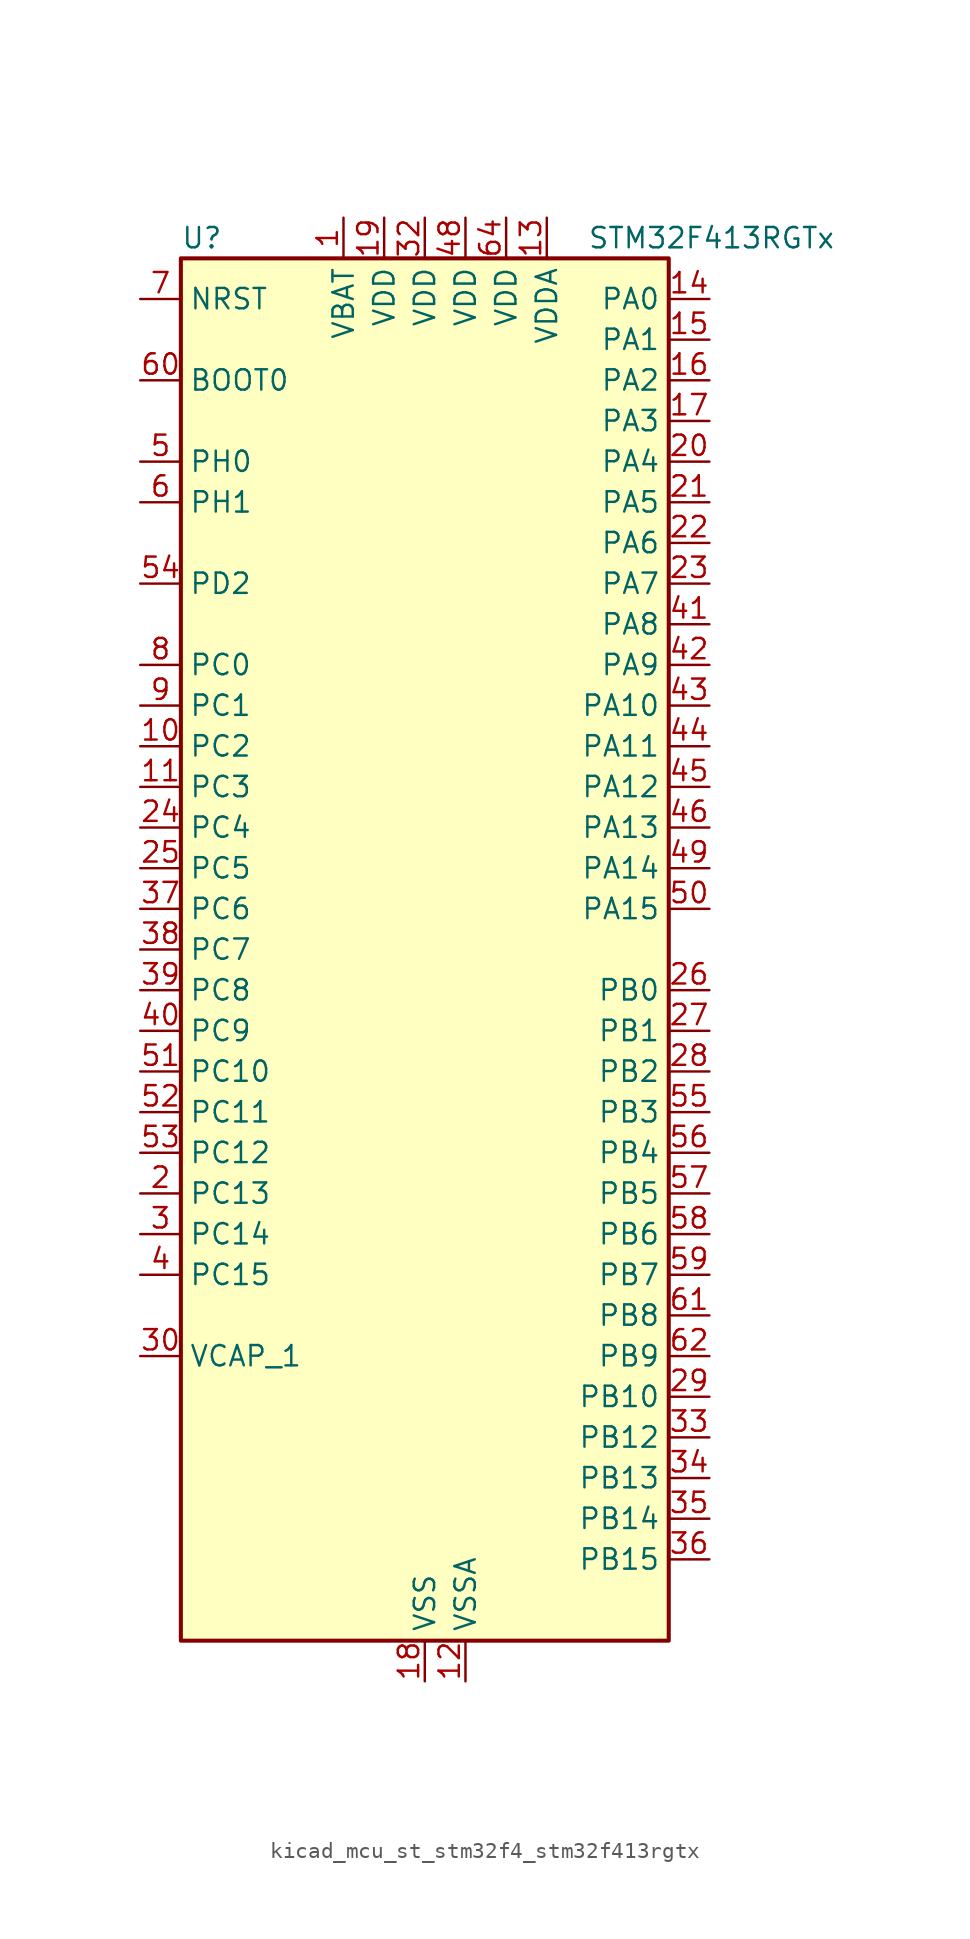
<source format=kicad_sym>
(kicad_symbol_lib
  (version 20220914)
  (generator kicad_symbol_editor)
  (symbol "kicad_mcu_st_stm32f4_stm32f413rgtx"
    (property "Reference" "U"
      (at -15.24 44.45 0)
      (effects (font (size 1.27 1.27)) (justify left)))
    (property "Value" "STM32F413RGTx"
      (at 10.16 44.45 0)
      (effects (font (size 1.27 1.27)) (justify left)))
    (property "ki_locked" ""
      (at 0 0 0)
      (effects (font (size 1.27 1.27))))
    (symbol "kicad_mcu_st_stm32f4_stm32f413rgtx_0_1"
      (rectangle (start -15.24 -43.18) (end 15.24 43.18) (stroke (width 0.254) (type default)) (fill (type background))))
    (symbol "kicad_mcu_st_stm32f4_stm32f413rgtx_1_1"
      (pin power_in line (at -5.08 45.72 270) (length 2.54) (name "VBAT" (effects (font (size 1.27 1.27)))) (number "1" (effects (font (size 1.27 1.27)))))
      (pin bidirectional line (at -17.78 12.7 0) (length 2.54) (name "PC2" (effects (font (size 1.27 1.27)))) (number "10" (effects (font (size 1.27 1.27)))) (alternate "ADC1_IN12" bidirectional line) (alternate "DFSDM1_CKOUT" bidirectional line) (alternate "DFSDM2_DATIN7" bidirectional line) (alternate "FSMC_NWE" bidirectional line) (alternate "I2S2_ext_SD" bidirectional line) (alternate "LPTIM1_IN2" bidirectional line) (alternate "SAI1_SCK_B" bidirectional line) (alternate "SPI2_MISO" bidirectional line))
      (pin bidirectional line (at -17.78 10.16 0) (length 2.54) (name "PC3" (effects (font (size 1.27 1.27)))) (number "11" (effects (font (size 1.27 1.27)))) (alternate "ADC1_IN13" bidirectional line) (alternate "DFSDM2_CKIN7" bidirectional line) (alternate "FSMC_A0" bidirectional line) (alternate "I2S2_SD" bidirectional line) (alternate "LPTIM1_ETR" bidirectional line) (alternate "SAI1_FS_B" bidirectional line) (alternate "SPI2_MOSI" bidirectional line))
      (pin power_in line (at 2.54 -45.72 90) (length 2.54) (name "VSSA" (effects (font (size 1.27 1.27)))) (number "12" (effects (font (size 1.27 1.27)))))
      (pin power_in line (at 7.62 45.72 270) (length 2.54) (name "VDDA" (effects (font (size 1.27 1.27)))) (number "13" (effects (font (size 1.27 1.27)))))
      (pin bidirectional line (at 17.78 40.64 180) (length 2.54) (name "PA0" (effects (font (size 1.27 1.27)))) (number "14" (effects (font (size 1.27 1.27)))) (alternate "ADC1_IN0" bidirectional line) (alternate "SYS_WKUP1" bidirectional line) (alternate "TIM2_CH1" bidirectional line) (alternate "TIM2_ETR" bidirectional line) (alternate "TIM5_CH1" bidirectional line) (alternate "TIM8_ETR" bidirectional line) (alternate "UART4_TX" bidirectional line) (alternate "USART2_CTS" bidirectional line))
      (pin bidirectional line (at 17.78 38.1 180) (length 2.54) (name "PA1" (effects (font (size 1.27 1.27)))) (number "15" (effects (font (size 1.27 1.27)))) (alternate "ADC1_IN1" bidirectional line) (alternate "I2S4_SD" bidirectional line) (alternate "QUADSPI_BK1_IO3" bidirectional line) (alternate "SPI4_MOSI" bidirectional line) (alternate "TIM2_CH2" bidirectional line) (alternate "TIM5_CH2" bidirectional line) (alternate "UART4_RX" bidirectional line) (alternate "USART2_RTS" bidirectional line))
      (pin bidirectional line (at 17.78 35.56 180) (length 2.54) (name "PA2" (effects (font (size 1.27 1.27)))) (number "16" (effects (font (size 1.27 1.27)))) (alternate "ADC1_IN2" bidirectional line) (alternate "FSMC_D4" bidirectional line) (alternate "FSMC_DA4" bidirectional line) (alternate "I2S_CKIN" bidirectional line) (alternate "TIM2_CH3" bidirectional line) (alternate "TIM5_CH3" bidirectional line) (alternate "TIM9_CH1" bidirectional line) (alternate "USART2_TX" bidirectional line))
      (pin bidirectional line (at 17.78 33.02 180) (length 2.54) (name "PA3" (effects (font (size 1.27 1.27)))) (number "17" (effects (font (size 1.27 1.27)))) (alternate "ADC1_IN3" bidirectional line) (alternate "FSMC_D5" bidirectional line) (alternate "FSMC_DA5" bidirectional line) (alternate "I2S2_MCK" bidirectional line) (alternate "SAI1_SD_B" bidirectional line) (alternate "TIM2_CH4" bidirectional line) (alternate "TIM5_CH4" bidirectional line) (alternate "TIM9_CH2" bidirectional line) (alternate "USART2_RX" bidirectional line))
      (pin power_in line (at 0 -45.72 90) (length 2.54) (name "VSS" (effects (font (size 1.27 1.27)))) (number "18" (effects (font (size 1.27 1.27)))))
      (pin power_in line (at -2.54 45.72 270) (length 2.54) (name "VDD" (effects (font (size 1.27 1.27)))) (number "19" (effects (font (size 1.27 1.27)))))
      (pin bidirectional line (at -17.78 -15.24 0) (length 2.54) (name "PC13" (effects (font (size 1.27 1.27)))) (number "2" (effects (font (size 1.27 1.27)))) (alternate "RTC_AF1" bidirectional line))
      (pin bidirectional line (at 17.78 30.48 180) (length 2.54) (name "PA4" (effects (font (size 1.27 1.27)))) (number "20" (effects (font (size 1.27 1.27)))) (alternate "ADC1_IN4" bidirectional line) (alternate "DAC_OUT1" bidirectional line) (alternate "DFSDM1_DATIN1" bidirectional line) (alternate "FSMC_D6" bidirectional line) (alternate "FSMC_DA6" bidirectional line) (alternate "I2S1_WS" bidirectional line) (alternate "I2S3_WS" bidirectional line) (alternate "SPI1_NSS" bidirectional line) (alternate "SPI3_NSS" bidirectional line) (alternate "USART2_CK" bidirectional line))
      (pin bidirectional line (at 17.78 27.94 180) (length 2.54) (name "PA5" (effects (font (size 1.27 1.27)))) (number "21" (effects (font (size 1.27 1.27)))) (alternate "ADC1_IN5" bidirectional line) (alternate "DAC_OUT2" bidirectional line) (alternate "DFSDM1_CKIN1" bidirectional line) (alternate "FSMC_D7" bidirectional line) (alternate "FSMC_DA7" bidirectional line) (alternate "I2S1_CK" bidirectional line) (alternate "SPI1_SCK" bidirectional line) (alternate "TIM2_CH1" bidirectional line) (alternate "TIM2_ETR" bidirectional line) (alternate "TIM8_CH1N" bidirectional line))
      (pin bidirectional line (at 17.78 25.4 180) (length 2.54) (name "PA6" (effects (font (size 1.27 1.27)))) (number "22" (effects (font (size 1.27 1.27)))) (alternate "ADC1_IN6" bidirectional line) (alternate "DFSDM2_CKIN1" bidirectional line) (alternate "I2S2_MCK" bidirectional line) (alternate "QUADSPI_BK2_IO0" bidirectional line) (alternate "SDIO_CMD" bidirectional line) (alternate "SPI1_MISO" bidirectional line) (alternate "TIM13_CH1" bidirectional line) (alternate "TIM1_BKIN" bidirectional line) (alternate "TIM3_CH1" bidirectional line) (alternate "TIM8_BKIN" bidirectional line))
      (pin bidirectional line (at 17.78 22.86 180) (length 2.54) (name "PA7" (effects (font (size 1.27 1.27)))) (number "23" (effects (font (size 1.27 1.27)))) (alternate "ADC1_IN7" bidirectional line) (alternate "DFSDM2_DATIN1" bidirectional line) (alternate "I2S1_SD" bidirectional line) (alternate "QUADSPI_BK2_IO1" bidirectional line) (alternate "SPI1_MOSI" bidirectional line) (alternate "TIM14_CH1" bidirectional line) (alternate "TIM1_CH1N" bidirectional line) (alternate "TIM3_CH2" bidirectional line) (alternate "TIM8_CH1N" bidirectional line))
      (pin bidirectional line (at -17.78 7.62 0) (length 2.54) (name "PC4" (effects (font (size 1.27 1.27)))) (number "24" (effects (font (size 1.27 1.27)))) (alternate "ADC1_IN14" bidirectional line) (alternate "DFSDM2_CKIN2" bidirectional line) (alternate "FSMC_NE4" bidirectional line) (alternate "I2S1_MCK" bidirectional line) (alternate "QUADSPI_BK2_IO2" bidirectional line))
      (pin bidirectional line (at -17.78 5.08 0) (length 2.54) (name "PC5" (effects (font (size 1.27 1.27)))) (number "25" (effects (font (size 1.27 1.27)))) (alternate "ADC1_IN15" bidirectional line) (alternate "DFSDM2_DATIN2" bidirectional line) (alternate "FMPI2C1_SMBA" bidirectional line) (alternate "FSMC_NOE" bidirectional line) (alternate "QUADSPI_BK2_IO3" bidirectional line) (alternate "USART3_RX" bidirectional line))
      (pin bidirectional line (at 17.78 -2.54 180) (length 2.54) (name "PB0" (effects (font (size 1.27 1.27)))) (number "26" (effects (font (size 1.27 1.27)))) (alternate "ADC1_IN8" bidirectional line) (alternate "I2S5_CK" bidirectional line) (alternate "SPI5_SCK" bidirectional line) (alternate "TIM1_CH2N" bidirectional line) (alternate "TIM3_CH3" bidirectional line) (alternate "TIM8_CH2N" bidirectional line))
      (pin bidirectional line (at 17.78 -5.08 180) (length 2.54) (name "PB1" (effects (font (size 1.27 1.27)))) (number "27" (effects (font (size 1.27 1.27)))) (alternate "ADC1_IN9" bidirectional line) (alternate "DFSDM1_DATIN0" bidirectional line) (alternate "I2S5_WS" bidirectional line) (alternate "QUADSPI_CLK" bidirectional line) (alternate "SPI5_NSS" bidirectional line) (alternate "TIM1_CH3N" bidirectional line) (alternate "TIM3_CH4" bidirectional line) (alternate "TIM8_CH3N" bidirectional line))
      (pin bidirectional line (at 17.78 -7.62 180) (length 2.54) (name "PB2" (effects (font (size 1.27 1.27)))) (number "28" (effects (font (size 1.27 1.27)))) (alternate "DFSDM1_CKIN0" bidirectional line) (alternate "LPTIM1_OUT" bidirectional line) (alternate "QUADSPI_CLK" bidirectional line))
      (pin bidirectional line (at 17.78 -27.94 180) (length 2.54) (name "PB10" (effects (font (size 1.27 1.27)))) (number "29" (effects (font (size 1.27 1.27)))) (alternate "DFSDM2_CKOUT" bidirectional line) (alternate "FMPI2C1_SCL" bidirectional line) (alternate "I2C2_SCL" bidirectional line) (alternate "I2S2_CK" bidirectional line) (alternate "I2S3_MCK" bidirectional line) (alternate "SDIO_D7" bidirectional line) (alternate "SPI2_SCK" bidirectional line) (alternate "TIM2_CH3" bidirectional line) (alternate "USART3_TX" bidirectional line))
      (pin bidirectional line (at -17.78 -17.78 0) (length 2.54) (name "PC14" (effects (font (size 1.27 1.27)))) (number "3" (effects (font (size 1.27 1.27)))) (alternate "RCC_OSC32_IN" bidirectional line))
      (pin power_out line (at -17.78 -25.4 0) (length 2.54) (name "VCAP_1" (effects (font (size 1.27 1.27)))) (number "30" (effects (font (size 1.27 1.27)))))
      (pin passive line (at 0 -45.72 90) (length 2.54) hide (name "VSS" (effects (font (size 1.27 1.27)))) (number "31" (effects (font (size 1.27 1.27)))))
      (pin power_in line (at 0 45.72 270) (length 2.54) (name "VDD" (effects (font (size 1.27 1.27)))) (number "32" (effects (font (size 1.27 1.27)))))
      (pin bidirectional line (at 17.78 -30.48 180) (length 2.54) (name "PB12" (effects (font (size 1.27 1.27)))) (number "33" (effects (font (size 1.27 1.27)))) (alternate "CAN2_RX" bidirectional line) (alternate "DFSDM1_DATIN1" bidirectional line) (alternate "I2C2_SMBA" bidirectional line) (alternate "I2S2_WS" bidirectional line) (alternate "I2S3_CK" bidirectional line) (alternate "I2S4_WS" bidirectional line) (alternate "SPI2_NSS" bidirectional line) (alternate "SPI3_SCK" bidirectional line) (alternate "SPI4_NSS" bidirectional line) (alternate "TIM1_BKIN" bidirectional line) (alternate "UART5_RX" bidirectional line) (alternate "USART3_CK" bidirectional line))
      (pin bidirectional line (at 17.78 -33.02 180) (length 2.54) (name "PB13" (effects (font (size 1.27 1.27)))) (number "34" (effects (font (size 1.27 1.27)))) (alternate "CAN2_TX" bidirectional line) (alternate "DFSDM1_CKIN1" bidirectional line) (alternate "FMPI2C1_SMBA" bidirectional line) (alternate "I2S2_CK" bidirectional line) (alternate "I2S4_CK" bidirectional line) (alternate "SPI2_SCK" bidirectional line) (alternate "SPI4_SCK" bidirectional line) (alternate "TIM1_CH1N" bidirectional line) (alternate "UART5_TX" bidirectional line) (alternate "USART3_CTS" bidirectional line))
      (pin bidirectional line (at 17.78 -35.56 180) (length 2.54) (name "PB14" (effects (font (size 1.27 1.27)))) (number "35" (effects (font (size 1.27 1.27)))) (alternate "DFSDM1_DATIN2" bidirectional line) (alternate "FMPI2C1_SDA" bidirectional line) (alternate "FSMC_D0" bidirectional line) (alternate "FSMC_DA0" bidirectional line) (alternate "I2S2_ext_SD" bidirectional line) (alternate "SDIO_D6" bidirectional line) (alternate "SPI2_MISO" bidirectional line) (alternate "TIM12_CH1" bidirectional line) (alternate "TIM1_CH2N" bidirectional line) (alternate "TIM8_CH2N" bidirectional line) (alternate "USART3_RTS" bidirectional line))
      (pin bidirectional line (at 17.78 -38.1 180) (length 2.54) (name "PB15" (effects (font (size 1.27 1.27)))) (number "36" (effects (font (size 1.27 1.27)))) (alternate "ADC1_EXTI15" bidirectional line) (alternate "DFSDM1_CKIN2" bidirectional line) (alternate "FMPI2C1_SCL" bidirectional line) (alternate "I2S2_SD" bidirectional line) (alternate "RTC_REFIN" bidirectional line) (alternate "SDIO_CK" bidirectional line) (alternate "SPI2_MOSI" bidirectional line) (alternate "TIM12_CH2" bidirectional line) (alternate "TIM1_CH3N" bidirectional line) (alternate "TIM8_CH3N" bidirectional line))
      (pin bidirectional line (at -17.78 2.54 0) (length 2.54) (name "PC6" (effects (font (size 1.27 1.27)))) (number "37" (effects (font (size 1.27 1.27)))) (alternate "DFSDM1_CKIN3" bidirectional line) (alternate "DFSDM2_DATIN6" bidirectional line) (alternate "FMPI2C1_SCL" bidirectional line) (alternate "FSMC_D1" bidirectional line) (alternate "FSMC_DA1" bidirectional line) (alternate "I2S2_MCK" bidirectional line) (alternate "SDIO_D6" bidirectional line) (alternate "TIM3_CH1" bidirectional line) (alternate "TIM8_CH1" bidirectional line) (alternate "USART6_TX" bidirectional line))
      (pin bidirectional line (at -17.78 0 0) (length 2.54) (name "PC7" (effects (font (size 1.27 1.27)))) (number "38" (effects (font (size 1.27 1.27)))) (alternate "DFSDM1_DATIN3" bidirectional line) (alternate "DFSDM2_CKIN6" bidirectional line) (alternate "FMPI2C1_SDA" bidirectional line) (alternate "I2S2_CK" bidirectional line) (alternate "I2S3_MCK" bidirectional line) (alternate "SDIO_D7" bidirectional line) (alternate "SPI2_SCK" bidirectional line) (alternate "TIM3_CH2" bidirectional line) (alternate "TIM8_CH2" bidirectional line) (alternate "USART6_RX" bidirectional line))
      (pin bidirectional line (at -17.78 -2.54 0) (length 2.54) (name "PC8" (effects (font (size 1.27 1.27)))) (number "39" (effects (font (size 1.27 1.27)))) (alternate "DFSDM2_CKIN3" bidirectional line) (alternate "QUADSPI_BK1_IO2" bidirectional line) (alternate "SDIO_D0" bidirectional line) (alternate "TIM3_CH3" bidirectional line) (alternate "TIM8_CH3" bidirectional line) (alternate "USART6_CK" bidirectional line))
      (pin bidirectional line (at -17.78 -20.32 0) (length 2.54) (name "PC15" (effects (font (size 1.27 1.27)))) (number "4" (effects (font (size 1.27 1.27)))) (alternate "ADC1_EXTI15" bidirectional line) (alternate "RCC_OSC32_OUT" bidirectional line))
      (pin bidirectional line (at -17.78 -5.08 0) (length 2.54) (name "PC9" (effects (font (size 1.27 1.27)))) (number "40" (effects (font (size 1.27 1.27)))) (alternate "DAC_EXTI9" bidirectional line) (alternate "DFSDM2_DATIN3" bidirectional line) (alternate "I2C3_SDA" bidirectional line) (alternate "I2S_CKIN" bidirectional line) (alternate "QUADSPI_BK1_IO0" bidirectional line) (alternate "RCC_MCO_2" bidirectional line) (alternate "SDIO_D1" bidirectional line) (alternate "TIM3_CH4" bidirectional line) (alternate "TIM8_CH4" bidirectional line))
      (pin bidirectional line (at 17.78 20.32 180) (length 2.54) (name "PA8" (effects (font (size 1.27 1.27)))) (number "41" (effects (font (size 1.27 1.27)))) (alternate "CAN3_RX" bidirectional line) (alternate "DFSDM1_CKOUT" bidirectional line) (alternate "I2C3_SCL" bidirectional line) (alternate "RCC_MCO_1" bidirectional line) (alternate "SDIO_D1" bidirectional line) (alternate "TIM1_CH1" bidirectional line) (alternate "UART7_RX" bidirectional line) (alternate "USART1_CK" bidirectional line) (alternate "USB_OTG_FS_SOF" bidirectional line))
      (pin bidirectional line (at 17.78 17.78 180) (length 2.54) (name "PA9" (effects (font (size 1.27 1.27)))) (number "42" (effects (font (size 1.27 1.27)))) (alternate "DAC_EXTI9" bidirectional line) (alternate "DFSDM2_CKIN3" bidirectional line) (alternate "I2C3_SMBA" bidirectional line) (alternate "I2S2_CK" bidirectional line) (alternate "SDIO_D2" bidirectional line) (alternate "SPI2_SCK" bidirectional line) (alternate "TIM1_CH2" bidirectional line) (alternate "USART1_TX" bidirectional line) (alternate "USB_OTG_FS_VBUS" bidirectional line))
      (pin bidirectional line (at 17.78 15.24 180) (length 2.54) (name "PA10" (effects (font (size 1.27 1.27)))) (number "43" (effects (font (size 1.27 1.27)))) (alternate "DFSDM2_DATIN3" bidirectional line) (alternate "I2S2_SD" bidirectional line) (alternate "I2S5_SD" bidirectional line) (alternate "SPI2_MOSI" bidirectional line) (alternate "SPI5_MOSI" bidirectional line) (alternate "TIM1_CH3" bidirectional line) (alternate "USART1_RX" bidirectional line) (alternate "USB_OTG_FS_ID" bidirectional line))
      (pin bidirectional line (at 17.78 12.7 180) (length 2.54) (name "PA11" (effects (font (size 1.27 1.27)))) (number "44" (effects (font (size 1.27 1.27)))) (alternate "ADC1_EXTI11" bidirectional line) (alternate "CAN1_RX" bidirectional line) (alternate "DFSDM2_CKIN5" bidirectional line) (alternate "I2S2_WS" bidirectional line) (alternate "SPI2_NSS" bidirectional line) (alternate "SPI4_MISO" bidirectional line) (alternate "TIM1_CH4" bidirectional line) (alternate "UART4_RX" bidirectional line) (alternate "USART1_CTS" bidirectional line) (alternate "USART6_TX" bidirectional line) (alternate "USB_OTG_FS_DM" bidirectional line))
      (pin bidirectional line (at 17.78 10.16 180) (length 2.54) (name "PA12" (effects (font (size 1.27 1.27)))) (number "45" (effects (font (size 1.27 1.27)))) (alternate "CAN1_TX" bidirectional line) (alternate "DFSDM2_DATIN5" bidirectional line) (alternate "SPI2_MISO" bidirectional line) (alternate "SPI5_MISO" bidirectional line) (alternate "TIM1_ETR" bidirectional line) (alternate "UART4_TX" bidirectional line) (alternate "USART1_RTS" bidirectional line) (alternate "USART6_RX" bidirectional line) (alternate "USB_OTG_FS_DP" bidirectional line))
      (pin bidirectional line (at 17.78 7.62 180) (length 2.54) (name "PA13" (effects (font (size 1.27 1.27)))) (number "46" (effects (font (size 1.27 1.27)))) (alternate "SYS_JTMS-SWDIO" bidirectional line))
      (pin passive line (at 0 -45.72 90) (length 2.54) hide (name "VSS" (effects (font (size 1.27 1.27)))) (number "47" (effects (font (size 1.27 1.27)))))
      (pin power_in line (at 2.54 45.72 270) (length 2.54) (name "VDD" (effects (font (size 1.27 1.27)))) (number "48" (effects (font (size 1.27 1.27)))))
      (pin bidirectional line (at 17.78 5.08 180) (length 2.54) (name "PA14" (effects (font (size 1.27 1.27)))) (number "49" (effects (font (size 1.27 1.27)))) (alternate "SYS_JTCK-SWCLK" bidirectional line))
      (pin bidirectional line (at -17.78 30.48 0) (length 2.54) (name "PH0" (effects (font (size 1.27 1.27)))) (number "5" (effects (font (size 1.27 1.27)))) (alternate "RCC_OSC_IN" bidirectional line))
      (pin bidirectional line (at 17.78 2.54 180) (length 2.54) (name "PA15" (effects (font (size 1.27 1.27)))) (number "50" (effects (font (size 1.27 1.27)))) (alternate "ADC1_EXTI15" bidirectional line) (alternate "CAN3_TX" bidirectional line) (alternate "I2S1_WS" bidirectional line) (alternate "I2S3_WS" bidirectional line) (alternate "SAI1_MCLK_A" bidirectional line) (alternate "SPI1_NSS" bidirectional line) (alternate "SPI3_NSS" bidirectional line) (alternate "SYS_JTDI" bidirectional line) (alternate "TIM2_CH1" bidirectional line) (alternate "TIM2_ETR" bidirectional line) (alternate "UART7_TX" bidirectional line) (alternate "USART1_TX" bidirectional line))
      (pin bidirectional line (at -17.78 -7.62 0) (length 2.54) (name "PC10" (effects (font (size 1.27 1.27)))) (number "51" (effects (font (size 1.27 1.27)))) (alternate "DFSDM2_CKIN5" bidirectional line) (alternate "I2S3_CK" bidirectional line) (alternate "QUADSPI_BK1_IO1" bidirectional line) (alternate "SDIO_D2" bidirectional line) (alternate "SPI3_SCK" bidirectional line) (alternate "USART3_TX" bidirectional line))
      (pin bidirectional line (at -17.78 -10.16 0) (length 2.54) (name "PC11" (effects (font (size 1.27 1.27)))) (number "52" (effects (font (size 1.27 1.27)))) (alternate "ADC1_EXTI11" bidirectional line) (alternate "DFSDM2_DATIN5" bidirectional line) (alternate "FSMC_D2" bidirectional line) (alternate "FSMC_DA2" bidirectional line) (alternate "I2S3_ext_SD" bidirectional line) (alternate "QUADSPI_BK2_NCS" bidirectional line) (alternate "SDIO_D3" bidirectional line) (alternate "SPI3_MISO" bidirectional line) (alternate "UART4_RX" bidirectional line) (alternate "USART3_RX" bidirectional line))
      (pin bidirectional line (at -17.78 -12.7 0) (length 2.54) (name "PC12" (effects (font (size 1.27 1.27)))) (number "53" (effects (font (size 1.27 1.27)))) (alternate "FSMC_D3" bidirectional line) (alternate "FSMC_DA3" bidirectional line) (alternate "I2S3_SD" bidirectional line) (alternate "SDIO_CK" bidirectional line) (alternate "SPI3_MOSI" bidirectional line) (alternate "UART5_TX" bidirectional line) (alternate "USART3_CK" bidirectional line))
      (pin bidirectional line (at -17.78 22.86 0) (length 2.54) (name "PD2" (effects (font (size 1.27 1.27)))) (number "54" (effects (font (size 1.27 1.27)))) (alternate "DFSDM2_CKOUT" bidirectional line) (alternate "FSMC_NWE" bidirectional line) (alternate "SDIO_CMD" bidirectional line) (alternate "TIM3_ETR" bidirectional line) (alternate "UART5_RX" bidirectional line))
      (pin bidirectional line (at 17.78 -10.16 180) (length 2.54) (name "PB3" (effects (font (size 1.27 1.27)))) (number "55" (effects (font (size 1.27 1.27)))) (alternate "CAN3_RX" bidirectional line) (alternate "FMPI2C1_SDA" bidirectional line) (alternate "I2C2_SDA" bidirectional line) (alternate "I2S1_CK" bidirectional line) (alternate "I2S3_CK" bidirectional line) (alternate "SAI1_SD_A" bidirectional line) (alternate "SPI1_SCK" bidirectional line) (alternate "SPI3_SCK" bidirectional line) (alternate "SYS_JTDO-SWO" bidirectional line) (alternate "TIM2_CH2" bidirectional line) (alternate "UART7_RX" bidirectional line) (alternate "USART1_RX" bidirectional line))
      (pin bidirectional line (at 17.78 -12.7 180) (length 2.54) (name "PB4" (effects (font (size 1.27 1.27)))) (number "56" (effects (font (size 1.27 1.27)))) (alternate "CAN3_TX" bidirectional line) (alternate "I2C3_SDA" bidirectional line) (alternate "I2S3_ext_SD" bidirectional line) (alternate "SAI1_SCK_A" bidirectional line) (alternate "SDIO_D0" bidirectional line) (alternate "SPI1_MISO" bidirectional line) (alternate "SPI3_MISO" bidirectional line) (alternate "SYS_JTRST" bidirectional line) (alternate "TIM3_CH1" bidirectional line) (alternate "UART7_TX" bidirectional line))
      (pin bidirectional line (at 17.78 -15.24 180) (length 2.54) (name "PB5" (effects (font (size 1.27 1.27)))) (number "57" (effects (font (size 1.27 1.27)))) (alternate "CAN2_RX" bidirectional line) (alternate "I2C1_SMBA" bidirectional line) (alternate "I2S1_SD" bidirectional line) (alternate "I2S3_SD" bidirectional line) (alternate "LPTIM1_IN1" bidirectional line) (alternate "SAI1_FS_A" bidirectional line) (alternate "SDIO_D3" bidirectional line) (alternate "SPI1_MOSI" bidirectional line) (alternate "SPI3_MOSI" bidirectional line) (alternate "TIM3_CH2" bidirectional line) (alternate "UART5_RX" bidirectional line))
      (pin bidirectional line (at 17.78 -17.78 180) (length 2.54) (name "PB6" (effects (font (size 1.27 1.27)))) (number "58" (effects (font (size 1.27 1.27)))) (alternate "CAN2_TX" bidirectional line) (alternate "DFSDM2_CKIN7" bidirectional line) (alternate "I2C1_SCL" bidirectional line) (alternate "LPTIM1_ETR" bidirectional line) (alternate "QUADSPI_BK1_NCS" bidirectional line) (alternate "SDIO_D0" bidirectional line) (alternate "TIM4_CH1" bidirectional line) (alternate "UART5_TX" bidirectional line) (alternate "USART1_TX" bidirectional line))
      (pin bidirectional line (at 17.78 -20.32 180) (length 2.54) (name "PB7" (effects (font (size 1.27 1.27)))) (number "59" (effects (font (size 1.27 1.27)))) (alternate "DFSDM2_DATIN7" bidirectional line) (alternate "FSMC_NL" bidirectional line) (alternate "I2C1_SDA" bidirectional line) (alternate "LPTIM1_IN2" bidirectional line) (alternate "TIM4_CH2" bidirectional line) (alternate "USART1_RX" bidirectional line))
      (pin bidirectional line (at -17.78 27.94 0) (length 2.54) (name "PH1" (effects (font (size 1.27 1.27)))) (number "6" (effects (font (size 1.27 1.27)))) (alternate "RCC_OSC_OUT" bidirectional line))
      (pin input line (at -17.78 35.56 0) (length 2.54) (name "BOOT0" (effects (font (size 1.27 1.27)))) (number "60" (effects (font (size 1.27 1.27)))))
      (pin bidirectional line (at 17.78 -22.86 180) (length 2.54) (name "PB8" (effects (font (size 1.27 1.27)))) (number "61" (effects (font (size 1.27 1.27)))) (alternate "CAN1_RX" bidirectional line) (alternate "DFSDM2_CKIN1" bidirectional line) (alternate "I2C1_SCL" bidirectional line) (alternate "I2C3_SDA" bidirectional line) (alternate "I2S5_SD" bidirectional line) (alternate "LPTIM1_OUT" bidirectional line) (alternate "SDIO_D4" bidirectional line) (alternate "SPI5_MOSI" bidirectional line) (alternate "TIM10_CH1" bidirectional line) (alternate "TIM4_CH3" bidirectional line) (alternate "UART5_RX" bidirectional line))
      (pin bidirectional line (at 17.78 -25.4 180) (length 2.54) (name "PB9" (effects (font (size 1.27 1.27)))) (number "62" (effects (font (size 1.27 1.27)))) (alternate "CAN1_TX" bidirectional line) (alternate "DAC_EXTI9" bidirectional line) (alternate "DFSDM2_DATIN1" bidirectional line) (alternate "I2C1_SDA" bidirectional line) (alternate "I2C2_SDA" bidirectional line) (alternate "I2S2_WS" bidirectional line) (alternate "SDIO_D5" bidirectional line) (alternate "SPI2_NSS" bidirectional line) (alternate "TIM11_CH1" bidirectional line) (alternate "TIM4_CH4" bidirectional line) (alternate "UART5_TX" bidirectional line))
      (pin passive line (at 0 -45.72 90) (length 2.54) hide (name "VSS" (effects (font (size 1.27 1.27)))) (number "63" (effects (font (size 1.27 1.27)))))
      (pin power_in line (at 5.08 45.72 270) (length 2.54) (name "VDD" (effects (font (size 1.27 1.27)))) (number "64" (effects (font (size 1.27 1.27)))))
      (pin input line (at -17.78 40.64 0) (length 2.54) (name "NRST" (effects (font (size 1.27 1.27)))) (number "7" (effects (font (size 1.27 1.27)))))
      (pin bidirectional line (at -17.78 17.78 0) (length 2.54) (name "PC0" (effects (font (size 1.27 1.27)))) (number "8" (effects (font (size 1.27 1.27)))) (alternate "ADC1_IN10" bidirectional line) (alternate "DFSDM2_CKIN4" bidirectional line) (alternate "LPTIM1_IN1" bidirectional line) (alternate "SAI1_MCLK_B" bidirectional line) (alternate "SYS_WKUP2" bidirectional line))
      (pin bidirectional line (at -17.78 15.24 0) (length 2.54) (name "PC1" (effects (font (size 1.27 1.27)))) (number "9" (effects (font (size 1.27 1.27)))) (alternate "ADC1_IN11" bidirectional line) (alternate "DFSDM2_DATIN4" bidirectional line) (alternate "LPTIM1_OUT" bidirectional line) (alternate "SAI1_SD_B" bidirectional line) (alternate "SYS_WKUP3" bidirectional line)))))
</source>
